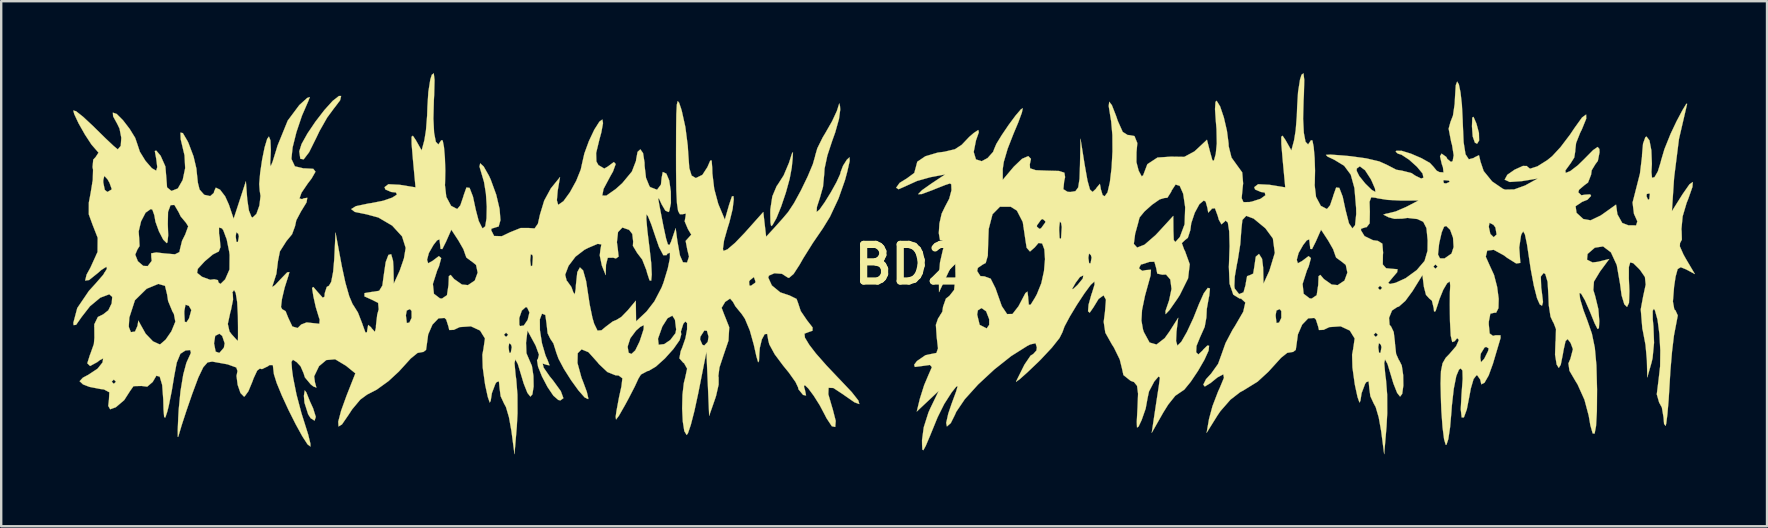
<source format=kicad_pcb>
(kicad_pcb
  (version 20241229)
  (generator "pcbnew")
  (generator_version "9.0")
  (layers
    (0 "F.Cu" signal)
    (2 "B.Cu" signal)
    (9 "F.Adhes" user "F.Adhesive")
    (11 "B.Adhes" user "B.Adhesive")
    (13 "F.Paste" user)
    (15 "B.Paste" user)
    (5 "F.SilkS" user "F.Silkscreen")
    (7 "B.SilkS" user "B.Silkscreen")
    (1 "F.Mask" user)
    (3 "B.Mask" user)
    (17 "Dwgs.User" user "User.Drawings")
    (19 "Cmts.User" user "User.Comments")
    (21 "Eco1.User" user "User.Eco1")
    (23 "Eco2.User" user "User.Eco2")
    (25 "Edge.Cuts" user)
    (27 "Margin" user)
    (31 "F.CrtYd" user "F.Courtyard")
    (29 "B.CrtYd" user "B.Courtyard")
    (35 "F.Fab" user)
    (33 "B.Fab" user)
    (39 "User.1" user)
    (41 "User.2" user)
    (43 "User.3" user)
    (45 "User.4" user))
  (footprint "BD2"
    (layer "F.Cu")
    (at 34.819 7.968)
    (property "Reference" "BD2" (at 0 0 0) (layer "F.SilkS") (effects (font (size 1.524 1.524) (thickness 0.3))))
    (attr through_hole)
    (fp_poly (pts (xy -25.107 5.329) (xy -24.96 5.697) (xy -24.824 5.994) (xy -24.712 6.35) (xy -24.764 6.508) (xy -24.926 6.406) (xy -25.03 6.244) (xy -25.183 5.764) (xy -25.208 5.474) (xy -25.172 5.246) (xy -25.107 5.329)) (stroke (width 0.01) (type solid)) (fill yes) (layer "F.SilkS"))
    (fp_poly (pts (xy 23.642 -5.873) (xy 23.642 -5.873) (xy 23.748 -5.479) (xy 23.755 -5.163) (xy 23.67 -5.028) (xy 23.579 -5.076) (xy 23.488 -5.334) (xy 23.457 -5.758) (xy 23.472 -6.12) (xy 23.521 -6.15) (xy 23.642 -5.873)) (stroke (width 0.01) (type solid)) (fill yes) (layer "F.SilkS"))
    (fp_poly (pts (xy -23.698 -6.842) (xy -23.926 -6.539) (xy -23.94 -6.525) (xy -24.239 -6.119) (xy -24.559 -5.555) (xy -24.686 -5.289) (xy -24.99 -4.677) (xy -25.217 -4.379) (xy -25.357 -4.403) (xy -25.4 -4.713) (xy -25.305 -5.017) (xy -25.059 -5.458) (xy -24.722 -5.956) (xy -24.352 -6.435) (xy -24.009 -6.815) (xy -23.75 -7.018) (xy -23.657 -7.02) (xy -23.698 -6.842)) (stroke (width 0.01) (type solid)) (fill yes) (layer "F.SilkS"))
    (fp_poly (pts (xy -4.844 -4.43) (xy -4.882 -4.038) (xy -4.969 -3.57) (xy -5.127 -2.996) (xy -5.323 -2.416) (xy -5.52 -1.931) (xy -5.684 -1.64) (xy -5.742 -1.599) (xy -5.77 -1.756) (xy -5.777 -2.149) (xy -5.774 -2.299) (xy -5.691 -2.839) (xy -5.51 -3.268) (xy -5.469 -3.321) (xy -5.219 -3.712) (xy -5.001 -4.227) (xy -4.989 -4.263) (xy -4.877 -4.614) (xy -4.832 -4.678) (xy -4.844 -4.43)) (stroke (width 0.01) (type solid)) (fill yes) (layer "F.SilkS"))
    (fp_poly (pts (xy -19.765 -7.689) (xy -19.78 -7.075) (xy -19.793 -6.835) (xy -19.813 -6.075) (xy -19.783 -5.484) (xy -19.711 -5.11) (xy -19.605 -5) (xy -19.485 -5.175) (xy -19.425 -5.166) (xy -19.372 -4.892) (xy -19.333 -4.442) (xy -19.316 -3.908) (xy -19.327 -3.379) (xy -19.332 -3.309) (xy -19.275 -2.817) (xy -19.076 -2.443) (xy -18.82 -2.309) (xy -18.69 -2.463) (xy -18.563 -2.836) (xy -18.555 -2.872) (xy -18.436 -3.206) (xy -18.304 -3.19) (xy -18.164 -2.826) (xy -18.045 -2.271) (xy -17.925 -1.814) (xy -17.783 -1.529) (xy -17.755 -1.506) (xy -17.654 -1.588) (xy -17.599 -1.923) (xy -17.589 -2.409) (xy -17.624 -2.947) (xy -17.703 -3.436) (xy -17.767 -3.654) (xy -17.892 -4.076) (xy -17.863 -4.214) (xy -17.718 -4.082) (xy -17.497 -3.694) (xy -17.424 -3.535) (xy -17.194 -2.904) (xy -17.055 -2.314) (xy -17.019 -1.846) (xy -17.094 -1.582) (xy -17.191 -1.554) (xy -17.39 -1.492) (xy -17.407 -1.431) (xy -17.283 -1.187) (xy -16.961 -1.177) (xy -16.621 -1.34) (xy -16.174 -1.52) (xy -15.834 -1.518) (xy -15.596 -1.501) (xy -15.458 -1.697) (xy -15.372 -2.08) (xy -15.196 -2.66) (xy -14.923 -3.164) (xy -14.897 -3.197) (xy -14.536 -3.641) (xy -14.635 -3.064) (xy -14.668 -2.675) (xy -14.616 -2.49) (xy -14.605 -2.488) (xy -14.393 -2.637) (xy -14.124 -3.007) (xy -13.862 -3.483) (xy -13.673 -3.953) (xy -13.623 -4.184) (xy -13.523 -4.622) (xy -13.335 -5.137) (xy -13.108 -5.617) (xy -12.895 -5.951) (xy -12.773 -6.039) (xy -12.746 -5.888) (xy -12.816 -5.501) (xy -12.895 -5.213) (xy -13.033 -4.642) (xy -13.022 -4.293) (xy -12.938 -4.14) (xy -12.692 -3.995) (xy -12.548 -4.078) (xy -12.293 -4.267) (xy -12.217 -4.184) (xy -12.33 -3.872) (xy -12.436 -3.686) (xy -12.723 -3.147) (xy -12.777 -2.872) (xy -12.606 -2.868) (xy -12.22 -3.139) (xy -11.945 -3.385) (xy -11.543 -3.87) (xy -11.37 -4.319) (xy -11.368 -4.361) (xy -11.306 -4.69) (xy -11.19 -4.796) (xy -11.078 -4.639) (xy -11.016 -4.247) (xy -11.013 -4.107) (xy -10.955 -3.611) (xy -10.812 -3.261) (xy -10.774 -3.22) (xy -10.494 -3.113) (xy -10.332 -3.328) (xy -10.302 -3.618) (xy -10.255 -3.854) (xy -10.107 -3.783) (xy -9.987 -3.498) (xy -9.921 -3.036) (xy -9.917 -2.557) (xy -9.985 -2.224) (xy -10.014 -2.183) (xy -10.149 -2.244) (xy -10.302 -2.505) (xy -10.423 -2.766) (xy -10.442 -2.718) (xy -10.385 -2.398) (xy -10.228 -1.59) (xy -10.12 -1.086) (xy -10.044 -0.84) (xy -9.981 -0.806) (xy -9.914 -0.94) (xy -9.87 -1.066) (xy -9.719 -1.51) (xy -9.648 -0.977) (xy -9.541 -0.378) (xy -9.415 -0.092) (xy -9.252 -0.08) (xy -9.244 -0.084) (xy -9.163 -0.328) (xy -9.234 -0.616) (xy -9.303 -0.981) (xy -9.183 -1.114) (xy -9.069 -1.241) (xy -9.207 -1.473) (xy -9.344 -1.796) (xy -9.311 -1.976) (xy -9.293 -2.12) (xy -9.442 -2.091) (xy -9.545 -2.095) (xy -9.618 -2.231) (xy -9.665 -2.549) (xy -9.692 -3.095) (xy -9.702 -3.918) (xy -9.703 -4.592) (xy -9.7 -5.588) (xy -9.691 -6.265) (xy -9.67 -6.659) (xy -9.634 -6.805) (xy -9.577 -6.74) (xy -9.494 -6.498) (xy -9.463 -6.394) (xy -9.315 -5.726) (xy -9.215 -4.948) (xy -9.194 -4.609) (xy -9.151 -4.016) (xy -9.055 -3.704) (xy -8.884 -3.602) (xy -8.874 -3.601) (xy -8.605 -3.733) (xy -8.397 -4.054) (xy -8.278 -4.328) (xy -8.22 -4.33) (xy -8.196 -4.024) (xy -8.19 -3.795) (xy -8.112 -3.149) (xy -7.947 -2.533) (xy -7.92 -2.465) (xy -7.67 -1.869) (xy -7.492 -2.489) (xy -7.374 -2.837) (xy -7.312 -2.846) (xy -7.299 -2.715) (xy -7.345 -2.313) (xy -7.482 -1.754) (xy -7.562 -1.499) (xy -7.703 -1.001) (xy -7.75 -0.65) (xy -7.728 -0.564) (xy -7.563 -0.628) (xy -7.241 -0.903) (xy -6.842 -1.319) (xy -6.068 -2.186) (xy -6.009 -1.67) (xy -5.95 -1.155) (xy -5.595 -1.541) (xy -5.259 -1.917) (xy -5.033 -2.184) (xy -4.788 -2.555) (xy -4.499 -3.086) (xy -4.219 -3.665) (xy -4.004 -4.177) (xy -3.909 -4.509) (xy -3.908 -4.527) (xy -3.817 -4.84) (xy -3.591 -5.296) (xy -3.483 -5.475) (xy -3.2 -5.97) (xy -3.003 -6.394) (xy -2.971 -6.493) (xy -2.903 -6.712) (xy -2.872 -6.595) (xy -2.863 -6.445) (xy -2.915 -6.06) (xy -3.071 -5.503) (xy -3.199 -5.146) (xy -3.399 -4.54) (xy -3.516 -3.991) (xy -3.53 -3.763) (xy -3.58 -3.237) (xy -3.711 -2.773) (xy -3.834 -2.395) (xy -3.847 -2.19) (xy -3.845 -2.188) (xy -3.728 -2.282) (xy -3.51 -2.59) (xy -3.252 -3.007) (xy -3.017 -3.431) (xy -2.867 -3.76) (xy -2.842 -3.861) (xy -2.746 -4.113) (xy -2.588 -4.362) (xy -2.476 -4.465) (xy -2.469 -4.31) (xy -2.57 -3.864) (xy -2.664 -3.515) (xy -2.933 -2.749) (xy -3.291 -1.986) (xy -3.584 -1.508) (xy -4.005 -0.893) (xy -4.405 -0.254) (xy -4.559 0.016) (xy -4.806 0.397) (xy -5 0.562) (xy -5.058 0.54) (xy -5.289 0.39) (xy -5.605 0.366) (xy -5.833 0.465) (xy -5.862 0.546) (xy -5.712 0.874) (xy -5.36 1.163) (xy -4.975 1.292) (xy -4.682 1.436) (xy -4.618 1.609) (xy -4.508 1.942) (xy -4.247 2.326) (xy -4.014 2.625) (xy -4.019 2.762) (xy -4.169 2.813) (xy -4.352 2.883) (xy -4.334 3.048) (xy -4.155 3.345) (xy -3.877 3.707) (xy -3.435 4.209) (xy -2.924 4.748) (xy -2.896 4.776) (xy -2.384 5.317) (xy -2.107 5.669) (xy -2.067 5.817) (xy -2.269 5.743) (xy -2.716 5.433) (xy -2.741 5.414) (xy -3.147 5.147) (xy -3.348 5.138) (xy -3.359 5.407) (xy -3.194 5.972) (xy -3.181 6.009) (xy -3.051 6.516) (xy -3.071 6.77) (xy -3.212 6.741) (xy -3.439 6.397) (xy -3.484 6.306) (xy -3.714 5.87) (xy -3.965 5.472) (xy -4.189 5.17) (xy -4.341 5.023) (xy -4.375 5.09) (xy -4.333 5.225) (xy -4.286 5.459) (xy -4.41 5.436) (xy -4.603 5.201) (xy -4.618 5.124) (xy -4.726 4.896) (xy -5.002 4.507) (xy -5.24 4.215) (xy -5.592 3.744) (xy -5.818 3.329) (xy -5.862 3.155) (xy -5.906 2.893) (xy -6.01 2.904) (xy -6.128 3.122) (xy -6.214 3.48) (xy -6.232 3.696) (xy -6.247 4.025) (xy -6.283 4.076) (xy -6.356 3.825) (xy -6.461 3.355) (xy -6.629 2.752) (xy -6.833 2.264) (xy -6.963 2.07) (xy -7.231 1.743) (xy -7.333 1.557) (xy -7.451 1.422) (xy -7.656 1.559) (xy -7.804 1.806) (xy -7.684 2.123) (xy -7.678 2.133) (xy -7.487 2.616) (xy -7.519 3.174) (xy -7.738 3.818) (xy -7.895 4.293) (xy -7.94 4.65) (xy -7.929 4.707) (xy -7.929 5.006) (xy -8.036 5.475) (xy -8.083 5.618) (xy -8.323 6.306) (xy -8.38 4.973) (xy -8.437 3.641) (xy -8.78 5.373) (xy -8.938 6.103) (xy -9.087 6.681) (xy -9.207 7.033) (xy -9.26 7.105) (xy -9.358 6.946) (xy -9.422 6.541) (xy -9.449 6) (xy -9.435 5.429) (xy -9.378 4.937) (xy -9.328 4.743) (xy -9.241 4.342) (xy -9.366 4.118) (xy -9.406 4.09) (xy -9.564 3.91) (xy -9.509 3.61) (xy -9.448 3.468) (xy -9.327 3.119) (xy -8.703 3.119) (xy -8.604 3.348) (xy -8.526 3.375) (xy -8.383 3.226) (xy -8.348 3.009) (xy -8.417 2.763) (xy -8.526 2.753) (xy -8.689 3.01) (xy -8.703 3.119) (xy -9.327 3.119) (xy -9.313 3.079) (xy -9.243 2.707) (xy -9.243 2.442) (xy -9.318 2.377) (xy -9.4 2.471) (xy -9.502 2.796) (xy -9.486 2.915) (xy -9.555 3.155) (xy -9.814 3.523) (xy -10.173 3.922) (xy -10.546 4.257) (xy -10.843 4.433) (xy -10.894 4.441) (xy -11.165 4.586) (xy -11.268 4.751) (xy -11.422 5.084) (xy -11.679 5.582) (xy -11.831 5.862) (xy -12.085 6.307) (xy -12.203 6.46) (xy -12.219 6.345) (xy -12.185 6.104) (xy -12.079 5.535) (xy -11.979 5.083) (xy -11.938 4.743) (xy -12.096 4.626) (xy -12.225 4.618) (xy -12.564 4.481) (xy -12.921 4.145) (xy -12.966 4.085) (xy -13.352 3.655) (xy -13.639 3.537) (xy -13.8 3.699) (xy -13.81 4.105) (xy -13.642 4.721) (xy -13.578 4.882) (xy -13.419 5.312) (xy -13.358 5.578) (xy -13.366 5.61) (xy -13.512 5.539) (xy -13.769 5.247) (xy -14.077 4.821) (xy -14.375 4.351) (xy -14.601 3.925) (xy -14.689 3.682) (xy -14.769 3.425) (xy -11.721 3.425) (xy -11.678 3.677) (xy -11.563 3.73) (xy -11.402 3.58) (xy -11.224 3.215) (xy -11.208 3.171) (xy -11.183 3.096) (xy -10.456 3.096) (xy -10.427 3.346) (xy -10.196 3.319) (xy -9.942 3.147) (xy -9.727 2.864) (xy -9.698 2.709) (xy -9.741 2.36) (xy -9.747 2.309) (xy -9.856 2.133) (xy -10.056 2.239) (xy -10.274 2.584) (xy -10.456 3.096) (xy -11.183 3.096) (xy -11.055 2.702) (xy -11.045 2.526) (xy -11.192 2.6) (xy -11.368 2.753) (xy -11.609 3.076) (xy -11.721 3.425) (xy -14.769 3.425) (xy -14.812 3.29) (xy -14.943 3.094) (xy -15.054 2.866) (xy -15.098 2.466) (xy -15.149 2.104) (xy -15.288 2.05) (xy -15.378 2.287) (xy -15.374 2.738) (xy -15.29 3.281) (xy -15.141 3.792) (xy -15.06 3.974) (xy -14.973 4.204) (xy -15.08 4.185) (xy -15.26 4.129) (xy -15.218 4.3) (xy -14.969 4.66) (xy -14.831 4.828) (xy -14.503 5.28) (xy -14.396 5.572) (xy -14.522 5.664) (xy -14.609 5.645) (xy -14.814 5.467) (xy -15.059 5.104) (xy -15.289 4.666) (xy -15.452 4.258) (xy -15.495 3.988) (xy -15.459 3.939) (xy -15.413 3.761) (xy -15.55 3.386) (xy -15.587 3.316) (xy -15.892 2.753) (xy -15.953 3.263) (xy -15.936 3.698) (xy -15.822 3.965) (xy -15.708 4.226) (xy -15.645 4.644) (xy -15.637 5.085) (xy -15.688 5.413) (xy -15.772 5.506) (xy -15.895 5.351) (xy -16.052 4.956) (xy -16.133 4.683) (xy -16.296 4.146) (xy -16.4 3.956) (xy -16.433 4.108) (xy -16.388 4.598) (xy -16.36 4.796) (xy -16.311 5.421) (xy -16.308 6.198) (xy -16.337 6.75) (xy -16.434 7.904) (xy -16.561 6.941) (xy -16.663 6.37) (xy -16.79 5.939) (xy -16.869 5.795) (xy -17.011 5.489) (xy -17.054 5.16) (xy -17.082 4.87) (xy -17.178 4.9) (xy -17.229 4.973) (xy -17.375 5.358) (xy -17.426 5.684) (xy -17.465 5.753) (xy -17.546 5.521) (xy -17.651 5.038) (xy -17.663 4.973) (xy -17.757 4.294) (xy -17.772 3.759) (xy -17.726 3.512) (xy -17.717 3.449) (xy -16.682 3.449) (xy -16.65 3.679) (xy -16.589 3.682) (xy -16.547 3.444) (xy -16.575 3.342) (xy -16.654 3.274) (xy -16.682 3.449) (xy -17.717 3.449) (xy -17.664 3.084) (xy -17.759 2.931) (xy -16.874 2.931) (xy -16.785 3.02) (xy -16.697 2.931) (xy -16.785 2.842) (xy -16.874 2.931) (xy -17.759 2.931) (xy -17.868 2.754) (xy -18.249 2.577) (xy -18.718 2.61) (xy -18.961 2.724) (xy -19.152 2.732) (xy -19.183 2.596) (xy -19.279 2.295) (xy -19.343 2.232) (xy -16.236 2.232) (xy -16.233 2.516) (xy -16.201 2.568) (xy -16.045 2.543) (xy -15.885 2.307) (xy -15.811 1.998) (xy -15.908 1.792) (xy -15.965 1.776) (xy -16.128 1.922) (xy -16.236 2.232) (xy -19.343 2.232) (xy -19.347 2.229) (xy -19.6 2.245) (xy -19.852 2.507) (xy -20.03 2.915) (xy -20.071 3.22) (xy -20.119 3.56) (xy -20.236 3.649) (xy -20.242 3.645) (xy -20.47 3.685) (xy -20.758 3.919) (xy -21.063 4.255) (xy -21.253 4.463) (xy -21.683 4.86) (xy -22.177 5.217) (xy -22.576 5.423) (xy -22.859 5.631) (xy -23.199 6.038) (xy -23.352 6.272) (xy -23.622 6.665) (xy -23.764 6.75) (xy -23.777 6.55) (xy -23.656 6.09) (xy -23.433 5.472) (xy -23.064 4.537) (xy -23.452 4.222) (xy -23.906 3.949) (xy -24.275 3.983) (xy -24.577 4.237) (xy -24.781 4.662) (xy -24.749 4.903) (xy -24.687 5.131) (xy -24.816 5.081) (xy -24.923 4.996) (xy -25.166 4.705) (xy -25.222 4.529) (xy -25.347 4.241) (xy -25.505 4.072) (xy -25.666 3.969) (xy -25.726 4.06) (xy -25.701 4.406) (xy -25.657 4.716) (xy -25.516 5.42) (xy -25.307 6.208) (xy -25.196 6.557) (xy -25.029 7.088) (xy -24.937 7.465) (xy -24.935 7.587) (xy -25.056 7.495) (xy -25.275 7.157) (xy -25.553 6.651) (xy -25.85 6.06) (xy -26.126 5.462) (xy -26.341 4.94) (xy -26.457 4.571) (xy -26.466 4.494) (xy -26.502 4.191) (xy -26.64 4.191) (xy -26.704 4.24) (xy -26.955 4.361) (xy -27.042 4.338) (xy -27.153 4.421) (xy -27.307 4.751) (xy -27.35 4.873) (xy -27.52 5.282) (xy -27.676 5.497) (xy -27.704 5.506) (xy -27.85 5.356) (xy -27.968 5.014) (xy -28.015 4.644) (xy -27.974 4.438) (xy -28.025 4.292) (xy -28.389 4.161) (xy -29.027 4.046) (xy -29.22 4.08) (xy -29.401 4.283) (xy -29.607 4.713) (xy -29.86 5.392) (xy -30.101 6.09) (xy -30.3 6.699) (xy -30.422 7.108) (xy -30.436 7.168) (xy -30.463 7.181) (xy -30.464 6.895) (xy -30.442 6.366) (xy -30.423 6.039) (xy -30.348 5.274) (xy -30.235 4.588) (xy -30.105 4.103) (xy -30.071 4.025) (xy -29.915 3.683) (xy -29.945 3.566) (xy -30.139 3.583) (xy -30.354 3.722) (xy -30.505 4.088) (xy -30.606 4.62) (xy -30.716 5.282) (xy -30.838 5.885) (xy -30.898 6.128) (xy -30.981 6.377) (xy -31.03 6.359) (xy -31.056 6.042) (xy -31.066 5.64) (xy -31.112 5.02) (xy -31.214 4.676) (xy -31.354 4.635) (xy -31.508 4.897) (xy -31.736 5.091) (xy -31.972 5.062) (xy -32.307 5.07) (xy -32.45 5.272) (xy -32.694 5.652) (xy -33.042 5.948) (xy -33.279 6.034) (xy -33.359 5.894) (xy -33.33 5.633) (xy -33.314 5.326) (xy -33.54 5.206) (xy -33.68 5.19) (xy -34.144 5.1) (xy -34.411 4.997) (xy -34.529 4.885) (xy -33.215 4.885) (xy -33.127 4.973) (xy -33.038 4.885) (xy -33.127 4.796) (xy -33.215 4.885) (xy -34.529 4.885) (xy -34.552 4.864) (xy -34.417 4.718) (xy -34.188 4.596) (xy -33.805 4.343) (xy -33.599 4.085) (xy -33.571 3.914) (xy -33.721 3.993) (xy -33.812 4.066) (xy -34.116 4.231) (xy -34.232 4.116) (xy -34.121 3.763) (xy -34.108 3.738) (xy -33.958 3.314) (xy -33.936 3.057) (xy -33.94 2.598) (xy -32.505 2.598) (xy -32.416 2.82) (xy -32.244 2.795) (xy -32.137 2.55) (xy -32.136 2.531) (xy -32.105 2.338) (xy -32.024 2.486) (xy -32.024 2.487) (xy -31.8 2.886) (xy -31.497 3.202) (xy -31.225 3.327) (xy -31.186 3.321) (xy -31.146 3.286) (xy -28.952 3.286) (xy -28.884 3.632) (xy -28.73 3.686) (xy -28.542 3.469) (xy -28.508 3.286) (xy -28.613 2.975) (xy -28.73 2.886) (xy -28.903 2.974) (xy -28.952 3.286) (xy -31.146 3.286) (xy -30.969 3.133) (xy -30.729 2.786) (xy -30.602 2.479) (xy -28.378 2.479) (xy -28.308 2.79) (xy -28.222 2.906) (xy -28.017 3.132) (xy -27.959 3.19) (xy -27.953 3.033) (xy -27.953 2.616) (xy -27.958 2.131) (xy -27.987 1.569) (xy -28.05 1.183) (xy -28.118 1.066) (xy -28.191 1.173) (xy -28.171 1.214) (xy -28.159 1.467) (xy -28.246 1.9) (xy -28.274 1.995) (xy -28.378 2.479) (xy -30.602 2.479) (xy -30.563 2.384) (xy -30.624 2.064) (xy -30.631 2.052) (xy -30.19 2.052) (xy -30.171 2.388) (xy -30.099 2.407) (xy -29.994 2.248) (xy -29.898 1.9) (xy -30 1.724) (xy -30.14 1.676) (xy -30.19 1.937) (xy -30.19 2.052) (xy -30.631 2.052) (xy -30.685 1.958) (xy -30.865 1.523) (xy -30.906 1.256) (xy -30.994 0.891) (xy -31.271 0.81) (xy -31.754 1.01) (xy -31.764 1.016) (xy -32.247 1.491) (xy -32.482 2.215) (xy -32.505 2.598) (xy -33.94 2.598) (xy -33.941 2.495) (xy -33.792 2.188) (xy -33.571 2.08) (xy -33.356 1.911) (xy -33.216 1.621) (xy -33.193 1.351) (xy -33.316 1.243) (xy -33.691 1.384) (xy -34.12 1.741) (xy -34.468 2.187) (xy -34.697 2.514) (xy -34.802 2.528) (xy -34.813 2.431) (xy -34.65 1.816) (xy -34.166 1.103) (xy -33.899 0.81) (xy -33.573 0.435) (xy -33.52 0.35) (xy -29.657 0.35) (xy -29.461 0.507) (xy -29.447 0.516) (xy -29.113 0.639) (xy -28.945 0.617) (xy -28.789 0.653) (xy -28.769 0.744) (xy -28.684 0.814) (xy -28.489 0.622) (xy -28.308 0.209) (xy -28.303 -0.396) (xy -28.319 -0.526) (xy -28.424 -1.049) (xy -28.47 -1.169) (xy -28.05 -1.169) (xy -28.018 -0.939) (xy -27.957 -0.936) (xy -27.915 -1.174) (xy -27.943 -1.277) (xy -28.022 -1.344) (xy -28.05 -1.169) (xy -28.47 -1.169) (xy -28.567 -1.427) (xy -28.622 -1.503) (xy -28.744 -1.539) (xy -28.743 -1.286) (xy -28.714 -1.11) (xy -28.685 -0.722) (xy -28.756 -0.536) (xy -28.771 -0.533) (xy -28.999 -0.418) (xy -29.33 -0.139) (xy -29.357 -0.112) (xy -29.628 0.183) (xy -29.657 0.35) (xy -33.52 0.35) (xy -33.415 0.181) (xy -33.436 0.096) (xy -33.649 0.231) (xy -33.782 0.348) (xy -34.157 0.649) (xy -34.321 0.671) (xy -34.261 0.422) (xy -34.102 0.133) (xy -33.855 -0.41) (xy -32.235 -0.41) (xy -32.125 -0.134) (xy -31.899 0.06) (xy -31.714 0.067) (xy -31.547 -0.151) (xy -31.564 -0.296) (xy -31.57 -0.463) (xy -31.356 -0.501) (xy -31.02 -0.46) (xy -30.578 -0.423) (xy -30.394 -0.516) (xy -30.373 -0.625) (xy -30.284 -0.984) (xy -30.151 -1.251) (xy -30.028 -1.589) (xy -30.12 -1.737) (xy -30.343 -2.004) (xy -30.425 -2.176) (xy -30.604 -2.48) (xy -30.764 -2.471) (xy -30.868 -2.19) (xy -30.878 -1.687) (xy -30.862 -1.212) (xy -30.892 -0.926) (xy -30.921 -0.888) (xy -31.069 -1.035) (xy -31.248 -1.381) (xy -31.392 -1.78) (xy -31.439 -2.051) (xy -31.521 -2.282) (xy -31.587 -2.309) (xy -31.804 -2.157) (xy -31.992 -1.796) (xy -32.092 -1.375) (xy -32.072 -1.102) (xy -32.055 -0.765) (xy -32.143 -0.626) (xy -32.235 -0.41) (xy -33.855 -0.41) (xy -33.805 -0.519) (xy -33.799 -1.111) (xy -34.013 -1.658) (xy -34.17 -2.089) (xy -34.168 -2.577) (xy -34.093 -2.976) (xy -34.021 -3.419) (xy -33.568 -3.419) (xy -33.503 -3.107) (xy -33.393 -3.02) (xy -33.222 -3.122) (xy -33.218 -3.153) (xy -33.307 -3.402) (xy -33.393 -3.552) (xy -33.523 -3.692) (xy -33.566 -3.516) (xy -33.568 -3.419) (xy -34.021 -3.419) (xy -34.004 -3.52) (xy -33.992 -3.947) (xy -34.013 -4.057) (xy -33.984 -4.368) (xy -33.887 -4.471) (xy -33.765 -4.657) (xy -33.845 -4.751) (xy -34.056 -4.993) (xy -34.331 -5.413) (xy -34.597 -5.882) (xy -34.778 -6.27) (xy -34.814 -6.413) (xy -34.701 -6.385) (xy -34.404 -6.15) (xy -33.982 -5.757) (xy -33.917 -5.692) (xy -33.47 -5.253) (xy -33.13 -4.933) (xy -32.965 -4.797) (xy -32.961 -4.796) (xy -32.838 -4.941) (xy -32.815 -5.278) (xy -32.889 -5.66) (xy -32.987 -5.862) (xy -33.156 -6.171) (xy -33.167 -6.325) (xy -33.008 -6.271) (xy -32.747 -6.011) (xy -32.465 -5.645) (xy -32.237 -5.275) (xy -32.144 -5.004) (xy -32.041 -4.694) (xy -31.809 -4.318) (xy -31.543 -4.011) (xy -31.363 -3.908) (xy -31.317 -4.057) (xy -31.359 -4.396) (xy -31.419 -4.727) (xy -31.357 -4.742) (xy -31.177 -4.529) (xy -30.979 -4.084) (xy -30.942 -3.644) (xy -30.909 -3.211) (xy -30.725 -3.062) (xy -30.46 -3.166) (xy -30.258 -3.518) (xy -30.154 -4.014) (xy -30.181 -4.548) (xy -30.21 -4.666) (xy -30.34 -5.216) (xy -30.35 -5.492) (xy -30.251 -5.473) (xy -30.053 -5.135) (xy -30.018 -5.062) (xy -29.806 -4.502) (xy -29.685 -3.988) (xy -29.676 -3.878) (xy -29.626 -3.408) (xy -29.555 -3.123) (xy -29.362 -2.903) (xy -29.111 -2.848) (xy -28.958 -2.983) (xy -28.952 -3.034) (xy -28.878 -3.2) (xy -28.701 -3.115) (xy -28.49 -2.84) (xy -28.334 -2.496) (xy -28.135 -1.905) (xy -27.88 -2.685) (xy -27.625 -3.464) (xy -27.568 -2.709) (xy -27.499 -2.248) (xy -27.392 -1.98) (xy -27.347 -1.954) (xy -27.186 -2.106) (xy -27.061 -2.457) (xy -27.014 -2.853) (xy -27.048 -3.07) (xy -27.069 -3.352) (xy -27.029 -3.823) (xy -26.948 -4.369) (xy -26.845 -4.876) (xy -26.738 -5.231) (xy -26.665 -5.329) (xy -26.602 -5.171) (xy -26.585 -4.774) (xy -26.593 -4.574) (xy -26.612 -4.201) (xy -26.591 -4.092) (xy -26.514 -4.272) (xy -26.362 -4.763) (xy -26.306 -4.951) (xy -25.881 -5.995) (xy -25.4 -6.638) (xy -25.072 -6.936) (xy -24.961 -6.975) (xy -25.02 -6.815) (xy -25.289 -6.197) (xy -25.52 -5.51) (xy -25.678 -4.878) (xy -25.726 -4.427) (xy -25.722 -4.385) (xy -25.583 -4.089) (xy -25.221 -4.003) (xy -25.178 -4.004) (xy -24.816 -3.984) (xy -24.725 -3.865) (xy -24.889 -3.578) (xy -25.045 -3.375) (xy -25.307 -2.989) (xy -25.392 -2.751) (xy -25.284 -2.72) (xy -25.222 -2.753) (xy -25.065 -2.778) (xy -25.099 -2.583) (xy -25.31 -2.239) (xy -25.317 -2.231) (xy -25.524 -1.841) (xy -25.578 -1.592) (xy -25.701 -1.258) (xy -25.933 -0.977) (xy -26.207 -0.546) (xy -26.288 -0.138) (xy -26.354 0.391) (xy -26.475 0.767) (xy -26.535 0.946) (xy -26.406 0.856) (xy -26.188 0.622) (xy -25.904 0.329) (xy -25.812 0.317) (xy -25.844 0.444) (xy -26.011 0.968) (xy -26.123 1.444) (xy -26.162 1.775) (xy -26.111 1.865) (xy -26.11 1.865) (xy -25.971 1.946) (xy -25.86 2.222) (xy -25.689 2.584) (xy -25.469 2.648) (xy -25.321 2.503) (xy -25.093 2.415) (xy -24.837 2.443) (xy -24.564 2.472) (xy -24.55 2.297) (xy -24.583 2.204) (xy -24.713 1.776) (xy -24.812 1.332) (xy -24.867 0.979) (xy -24.814 0.938) (xy -24.628 1.155) (xy -24.421 1.386) (xy -24.349 1.339) (xy -24.34 1.199) (xy -24.255 0.935) (xy -24.165 0.888) (xy -24.07 0.726) (xy -23.989 0.304) (xy -23.943 -0.222) (xy -23.89 -1.332) (xy -23.628 0.072) (xy -23.479 0.76) (xy -23.319 1.322) (xy -23.177 1.657) (xy -23.151 1.691) (xy -22.956 2.003) (xy -22.774 2.47) (xy -22.763 2.507) (xy -22.646 2.831) (xy -22.58 2.827) (xy -22.571 2.753) (xy -22.53 2.519) (xy -22.414 2.614) (xy -22.38 2.664) (xy -22.25 2.807) (xy -22.207 2.632) (xy -22.206 2.546) (xy -22.156 2.121) (xy -20.959 2.121) (xy -20.92 2.441) (xy -20.814 2.421) (xy -20.72 2.226) (xy -20.722 1.94) (xy -20.79 1.86) (xy -20.923 1.919) (xy -20.959 2.121) (xy -22.156 2.121) (xy -22.152 2.087) (xy -22.091 1.869) (xy -22.115 1.601) (xy -22.357 1.478) (xy -22.684 1.331) (xy -22.683 1.194) (xy -22.358 1.14) (xy -22.336 1.14) (xy -22.072 1.097) (xy -21.939 0.88) (xy -21.88 0.444) (xy -21.8 -0.098) (xy -21.686 -0.398) (xy -21.572 -0.426) (xy -21.494 -0.154) (xy -21.478 0.098) (xy -21.463 0.799) (xy -21.219 0.266) (xy -21.06 -0.193) (xy -20.077 -0.193) (xy -20.031 -0.05) (xy -19.858 -0.142) (xy -19.584 -0.348) (xy -19.487 -0.264) (xy -19.581 0.083) (xy -19.655 0.25) (xy -19.834 0.812) (xy -19.791 1.221) (xy -19.538 1.414) (xy -19.455 1.421) (xy -19.247 1.28) (xy -19.183 0.854) (xy -19.168 0.489) (xy -19.094 0.435) (xy -18.949 0.607) (xy -18.622 0.837) (xy -18.372 0.861) (xy -18.089 0.671) (xy -18 0.428) (xy -14.323 0.428) (xy -14.258 0.68) (xy -14.237 0.696) (xy -14.062 0.939) (xy -13.985 1.155) (xy -13.924 1.248) (xy -13.883 1.017) (xy -13.875 0.854) (xy -13.817 0.32) (xy -13.708 0.122) (xy -13.575 0.249) (xy -13.45 0.692) (xy -13.4 1.019) (xy -13.302 1.663) (xy -13.187 2.221) (xy -13.116 2.466) (xy -12.975 2.756) (xy -12.808 2.742) (xy -12.637 2.599) (xy -12.339 2.374) (xy -12.182 2.309) (xy -11.982 2.186) (xy -11.713 1.909) (xy -11.38 1.51) (xy -11.374 1.94) (xy -11.368 2.371) (xy -10.933 1.962) (xy -10.606 1.538) (xy -10.305 0.96) (xy -10.222 0.745) (xy -10.212 0.71) (xy -6.661 0.71) (xy -6.647 0.874) (xy -6.583 0.888) (xy -6.402 0.759) (xy -6.394 0.71) (xy -6.455 0.537) (xy -6.473 0.533) (xy -6.624 0.657) (xy -6.661 0.71) (xy -10.212 0.71) (xy -10.048 0.169) (xy -9.958 -0.263) (xy -9.958 -0.489) (xy -10.056 -0.452) (xy -10.1 -0.389) (xy -10.233 -0.385) (xy -10.412 -0.725) (xy -10.561 -1.154) (xy -10.736 -1.674) (xy -10.874 -2.011) (xy -10.934 -2.091) (xy -10.941 -1.9) (xy -10.902 -1.448) (xy -10.827 -0.829) (xy -10.814 -0.731) (xy -10.738 -0.061) (xy -10.715 0.422) (xy -10.739 0.676) (xy -10.807 0.663) (xy -10.912 0.343) (xy -10.936 0.243) (xy -11.112 -0.204) (xy -11.323 -0.48) (xy -11.501 -0.777) (xy -11.489 -0.955) (xy -11.526 -1.272) (xy -11.658 -1.441) (xy -11.939 -1.539) (xy -12.121 -1.348) (xy -12.167 -0.927) (xy -12.133 -0.671) (xy -12.096 -0.328) (xy -12.209 -0.249) (xy -12.322 -0.282) (xy -12.548 -0.278) (xy -12.622 0.013) (xy -12.622 0.025) (xy -12.634 0.444) (xy -12.794 0.044) (xy -12.882 -0.376) (xy -12.853 -0.622) (xy -12.814 -0.835) (xy -12.967 -0.859) (xy -13.358 -0.693) (xy -13.516 -0.613) (xy -13.894 -0.323) (xy -14.182 0.058) (xy -14.323 0.428) (xy -18 0.428) (xy -17.968 0.34) (xy -18.035 0.02) (xy -18.194 -0.109) (xy -18.288 -0.178) (xy -15.78 -0.178) (xy -15.752 0.075) (xy -15.691 0.044) (xy -15.667 -0.319) (xy -15.691 -0.4) (xy -15.756 -0.422) (xy -15.78 -0.178) (xy -18.288 -0.178) (xy -18.437 -0.286) (xy -18.473 -0.38) (xy -18.562 -0.635) (xy -18.769 -0.997) (xy -19.065 -1.449) (xy -19.287 -0.947) (xy -19.441 -0.641) (xy -19.512 -0.648) (xy -19.53 -0.799) (xy -19.559 -1.046) (xy -19.66 -1.003) (xy -19.811 -0.81) (xy -20.001 -0.477) (xy -20.077 -0.193) (xy -21.06 -0.193) (xy -21.041 -0.247) (xy -20.967 -0.69) (xy -21.119 -1.17) (xy -21.529 -1.618) (xy -22.105 -1.956) (xy -22.59 -2.087) (xy -23.088 -2.189) (xy -23.238 -2.307) (xy -23.043 -2.428) (xy -22.51 -2.541) (xy -22.388 -2.558) (xy -21.901 -2.655) (xy -21.529 -2.784) (xy -21.332 -2.91) (xy -21.373 -2.999) (xy -21.571 -3.02) (xy -21.813 -3.124) (xy -21.848 -3.22) (xy -21.688 -3.343) (xy -21.218 -3.319) (xy -21.202 -3.317) (xy -20.557 -3.212) (xy -20.668 -4.403) (xy -20.719 -5.015) (xy -20.722 -5.32) (xy -20.668 -5.363) (xy -20.55 -5.189) (xy -20.541 -5.174) (xy -20.302 -4.752) (xy -20.189 -5.174) (xy -20.122 -5.591) (xy -20.074 -6.196) (xy -20.061 -6.572) (xy -20.023 -7.19) (xy -19.941 -7.706) (xy -19.878 -7.904) (xy -19.797 -7.963) (xy -19.765 -7.689)) (stroke (width 0.01) (type solid)) (fill yes) (layer "F.SilkS"))
    (fp_poly (pts (xy 16.47 -7.689) (xy 16.455 -7.075) (xy 16.442 -6.835) (xy 16.422 -6.075) (xy 16.452 -5.484) (xy 16.524 -5.11) (xy 16.63 -5) (xy 16.75 -5.175) (xy 16.81 -5.166) (xy 16.863 -4.892) (xy 16.902 -4.442) (xy 16.919 -3.908) (xy 16.908 -3.379) (xy 16.903 -3.309) (xy 16.96 -2.817) (xy 17.159 -2.443) (xy 17.415 -2.309) (xy 17.545 -2.463) (xy 17.672 -2.836) (xy 17.68 -2.872) (xy 17.799 -3.206) (xy 17.931 -3.19) (xy 18.071 -2.826) (xy 18.19 -2.271) (xy 18.333 -1.713) (xy 18.476 -1.503) (xy 18.587 -1.635) (xy 18.635 -2.103) (xy 18.631 -2.351) (xy 18.561 -3.182) (xy 18.407 -3.742) (xy 18.284 -3.908) (xy 18.65 -3.908) (xy 18.761 -3.683) (xy 19.012 -3.371) (xy 19.283 -3.106) (xy 19.436 -3.02) (xy 19.418 -3.158) (xy 19.274 -3.493) (xy 22.262 -3.493) (xy 22.286 -3.388) (xy 22.38 -3.375) (xy 22.527 -3.44) (xy 22.499 -3.493) (xy 22.288 -3.514) (xy 22.262 -3.493) (xy 19.274 -3.493) (xy 19.273 -3.495) (xy 19.245 -3.552) (xy 19.003 -3.925) (xy 18.786 -4.088) (xy 18.66 -3.999) (xy 18.65 -3.908) (xy 18.284 -3.908) (xy 18.132 -4.112) (xy 17.721 -4.362) (xy 17.439 -4.496) (xy 17.373 -4.565) (xy 17.562 -4.577) (xy 18.047 -4.542) (xy 18.384 -4.512) (xy 19.049 -4.421) (xy 19.597 -4.292) (xy 19.908 -4.153) (xy 20.307 -3.946) (xy 20.538 -3.908) (xy 20.938 -3.807) (xy 21.099 -3.698) (xy 21.342 -3.58) (xy 21.437 -3.616) (xy 21.398 -3.791) (xy 21.165 -4.071) (xy 20.841 -4.363) (xy 20.524 -4.572) (xy 20.369 -4.618) (xy 20.279 -4.698) (xy 20.306 -4.735) (xy 20.52 -4.737) (xy 20.912 -4.617) (xy 21.35 -4.429) (xy 21.705 -4.23) (xy 21.848 -4.077) (xy 21.988 -3.907) (xy 22.106 -3.846) (xy 22.272 -3.835) (xy 22.248 -4.049) (xy 22.2 -4.183) (xy 22.126 -4.509) (xy 22.192 -4.618) (xy 22.389 -4.478) (xy 22.43 -4.396) (xy 22.582 -4.272) (xy 22.652 -4.307) (xy 22.696 -4.547) (xy 22.628 -4.976) (xy 22.592 -5.102) (xy 22.485 -5.656) (xy 22.562 -5.937) (xy 22.666 -6.204) (xy 22.737 -6.691) (xy 22.753 -7.007) (xy 22.783 -7.468) (xy 22.84 -7.62) (xy 22.91 -7.506) (xy 22.98 -7.17) (xy 23.038 -6.656) (xy 23.071 -6.008) (xy 23.073 -5.92) (xy 23.109 -5.094) (xy 23.189 -4.591) (xy 23.325 -4.381) (xy 23.525 -4.434) (xy 23.556 -4.458) (xy 23.749 -4.552) (xy 23.801 -4.337) (xy 23.801 -4.318) (xy 23.945 -3.892) (xy 24.298 -3.458) (xy 24.744 -3.153) (xy 24.834 -3.119) (xy 25.217 -3.126) (xy 25.675 -3.292) (xy 25.684 -3.297) (xy 26.199 -3.581) (xy 25.547 -3.473) (xy 25.031 -3.436) (xy 24.82 -3.533) (xy 24.931 -3.737) (xy 25.236 -3.949) (xy 25.581 -4.105) (xy 25.751 -4.101) (xy 25.755 -4.083) (xy 25.877 -3.989) (xy 26.185 -4.088) (xy 26.593 -4.344) (xy 26.799 -4.511) (xy 27.145 -4.885) (xy 27.544 -5.41) (xy 27.728 -5.684) (xy 28.044 -6.123) (xy 28.214 -6.246) (xy 28.218 -6.073) (xy 28.033 -5.62) (xy 27.965 -5.485) (xy 27.796 -5.061) (xy 27.76 -4.754) (xy 27.764 -4.739) (xy 27.719 -4.454) (xy 27.569 -4.217) (xy 27.35 -3.917) (xy 27.363 -3.813) (xy 27.553 -3.89) (xy 27.867 -4.13) (xy 28.131 -4.387) (xy 28.502 -4.762) (xy 28.694 -4.896) (xy 28.765 -4.813) (xy 28.773 -4.673) (xy 28.702 -4.315) (xy 28.597 -4.174) (xy 28.445 -3.922) (xy 28.42 -3.739) (xy 28.292 -3.412) (xy 28.153 -3.311) (xy 27.918 -3.112) (xy 27.887 -3.006) (xy 28.016 -2.883) (xy 28.153 -2.906) (xy 28.382 -2.92) (xy 28.42 -2.857) (xy 28.271 -2.698) (xy 28.046 -2.608) (xy 27.775 -2.426) (xy 27.814 -2.151) (xy 28.096 -1.893) (xy 28.401 -1.839) (xy 28.819 -2.039) (xy 28.916 -2.106) (xy 29.46 -2.493) (xy 29.517 -2.09) (xy 29.718 -1.729) (xy 29.974 -1.631) (xy 30.295 -1.628) (xy 30.348 -1.795) (xy 30.206 -2.112) (xy 30.148 -2.579) (xy 30.216 -2.842) (xy 30.729 -2.842) (xy 30.794 -2.696) (xy 30.847 -2.724) (xy 30.868 -2.934) (xy 30.847 -2.96) (xy 30.741 -2.936) (xy 30.729 -2.842) (xy 30.216 -2.842) (xy 30.287 -3.122) (xy 30.456 -3.785) (xy 30.541 -4.49) (xy 30.543 -4.574) (xy 30.585 -5.035) (xy 30.682 -5.302) (xy 30.729 -5.329) (xy 30.852 -5.169) (xy 30.931 -4.755) (xy 30.953 -4.191) (xy 30.935 -3.853) (xy 30.958 -3.61) (xy 31.063 -3.637) (xy 31.201 -3.876) (xy 31.322 -4.267) (xy 31.334 -4.325) (xy 31.476 -4.805) (xy 31.732 -5.44) (xy 31.983 -5.97) (xy 32.233 -6.439) (xy 32.39 -6.696) (xy 32.422 -6.69) (xy 32.418 -6.675) (xy 32.082 -5.229) (xy 31.881 -3.631) (xy 31.869 -3.464) (xy 31.787 -2.22) (xy 32.234 -2.931) (xy 32.52 -3.34) (xy 32.658 -3.435) (xy 32.642 -3.228) (xy 32.468 -2.731) (xy 32.401 -2.566) (xy 32.234 -2.001) (xy 32.184 -1.471) (xy 32.192 -1.389) (xy 32.202 -1.032) (xy 32.125 -0.888) (xy 32.118 -0.755) (xy 32.267 -0.418) (xy 32.364 -0.244) (xy 32.745 0.401) (xy 32.375 0.203) (xy 32.156 0.115) (xy 32.027 0.193) (xy 31.941 0.507) (xy 31.878 0.928) (xy 31.829 1.545) (xy 31.888 1.872) (xy 31.935 1.912) (xy 32.032 2.124) (xy 31.953 2.541) (xy 31.872 2.965) (xy 31.792 3.633) (xy 31.724 4.433) (xy 31.698 4.874) (xy 31.652 5.629) (xy 31.6 6.241) (xy 31.551 6.63) (xy 31.523 6.725) (xy 31.461 6.641) (xy 31.439 6.371) (xy 31.369 5.958) (xy 31.254 5.748) (xy 31.157 5.408) (xy 31.235 4.78) (xy 31.296 4.245) (xy 31.304 3.579) (xy 31.266 2.895) (xy 31.189 2.304) (xy 31.081 1.915) (xy 31.036 1.847) (xy 30.987 1.933) (xy 30.99 2.284) (xy 31.019 2.596) (xy 31.043 3.262) (xy 30.982 3.9) (xy 30.94 4.085) (xy 30.761 4.707) (xy 30.745 3.995) (xy 30.688 3.351) (xy 30.571 2.734) (xy 30.557 2.686) (xy 30.489 1.869) (xy 30.588 1.336) (xy 30.696 0.838) (xy 30.663 0.523) (xy 30.464 0.235) (xy 30.404 0.169) (xy 30.181 -0.05) (xy 30.051 -0.086) (xy 29.994 0.107) (xy 29.993 0.575) (xy 30.015 1.11) (xy 30 1.597) (xy 29.918 1.77) (xy 29.804 1.658) (xy 29.692 1.289) (xy 29.626 0.802) (xy 29.49 0.024) (xy 29.246 -0.506) (xy 28.92 -0.752) (xy 28.575 -0.699) (xy 28.273 -0.437) (xy 28.25 -0.199) (xy 28.482 -0.084) (xy 28.71 -0.111) (xy 29.178 -0.228) (xy 28.79 0.296) (xy 28.539 0.713) (xy 28.514 1.066) (xy 28.589 1.31) (xy 28.723 1.862) (xy 28.763 2.365) (xy 28.746 2.651) (xy 28.692 2.691) (xy 28.57 2.455) (xy 28.373 1.969) (xy 28.164 1.49) (xy 28.003 1.213) (xy 27.934 1.191) (xy 27.964 1.443) (xy 28.103 1.907) (xy 28.262 2.33) (xy 28.454 2.883) (xy 28.576 3.471) (xy 28.642 4.199) (xy 28.668 5.174) (xy 28.669 5.195) (xy 28.662 6.109) (xy 28.627 6.73) (xy 28.567 7.045) (xy 28.487 7.04) (xy 28.39 6.702) (xy 28.321 6.299) (xy 28.144 5.636) (xy 27.857 4.999) (xy 27.779 4.873) (xy 27.519 4.428) (xy 27.476 4.123) (xy 27.558 3.931) (xy 27.664 3.529) (xy 27.567 3.27) (xy 27.443 3.108) (xy 27.356 3.193) (xy 27.272 3.572) (xy 27.247 3.724) (xy 27.157 4.177) (xy 27.075 4.31) (xy 26.985 4.168) (xy 26.919 3.757) (xy 26.937 3.225) (xy 26.944 3.175) (xy 26.958 2.693) (xy 26.853 2.419) (xy 26.84 2.41) (xy 26.731 2.177) (xy 26.659 1.709) (xy 26.643 1.322) (xy 26.609 0.723) (xy 26.512 0.399) (xy 26.443 0.355) (xy 26.326 0.505) (xy 26.342 0.965) (xy 26.363 1.11) (xy 26.417 1.567) (xy 26.375 1.719) (xy 26.282 1.664) (xy 26.168 1.406) (xy 26.036 0.888) (xy 25.907 0.203) (xy 25.859 -0.113) (xy 25.75 -0.84) (xy 25.664 -1.25) (xy 25.592 -1.379) (xy 25.52 -1.264) (xy 25.499 -1.196) (xy 25.426 -0.704) (xy 25.452 -0.352) (xy 25.473 -0.065) (xy 25.302 -0.04) (xy 24.919 -0.279) (xy 24.79 -0.378) (xy 24.365 -0.61) (xy 24.092 -0.577) (xy 24.033 -0.322) (xy 24.192 0.035) (xy 24.377 0.437) (xy 24.506 0.935) (xy 24.571 1.429) (xy 24.56 1.822) (xy 24.463 2.011) (xy 24.4 2.009) (xy 24.223 2.051) (xy 24.158 2.387) (xy 24.157 2.487) (xy 24.194 2.873) (xy 24.334 2.977) (xy 24.436 2.95) (xy 24.645 2.949) (xy 24.649 3.065) (xy 24.562 3.357) (xy 24.416 3.848) (xy 24.333 4.13) (xy 24.153 4.625) (xy 23.978 4.929) (xy 23.848 4.994) (xy 23.801 4.796) (xy 23.681 4.623) (xy 23.644 4.618) (xy 23.524 4.776) (xy 23.408 5.172) (xy 23.372 5.373) (xy 23.243 6.038) (xy 23.121 6.372) (xy 23.029 6.373) (xy 22.99 6.038) (xy 23.022 5.417) (xy 23.07 4.769) (xy 23.061 4.423) (xy 22.991 4.332) (xy 22.917 4.379) (xy 22.804 4.647) (xy 22.699 5.179) (xy 22.619 5.887) (xy 22.603 6.121) (xy 22.545 6.788) (xy 22.472 7.275) (xy 22.396 7.51) (xy 22.364 7.514) (xy 22.296 7.284) (xy 22.232 6.786) (xy 22.183 6.108) (xy 22.168 5.739) (xy 22.149 4.957) (xy 22.166 4.444) (xy 22.232 4.117) (xy 22.363 3.89) (xy 22.379 3.874) (xy 23.804 3.874) (xy 23.833 4.073) (xy 23.956 3.943) (xy 23.979 3.908) (xy 24.13 3.604) (xy 24.154 3.498) (xy 24.045 3.433) (xy 23.979 3.464) (xy 23.824 3.717) (xy 23.804 3.874) (xy 22.379 3.874) (xy 22.514 3.734) (xy 22.797 3.404) (xy 22.911 3.146) (xy 22.844 3.068) (xy 22.736 3.197) (xy 22.636 3.235) (xy 22.573 2.965) (xy 22.541 2.365) (xy 22.54 2.309) (xy 22.533 1.668) (xy 22.538 1.148) (xy 22.552 0.888) (xy 22.534 0.706) (xy 22.422 0.783) (xy 22.262 1.053) (xy 22.101 1.448) (xy 22.055 1.599) (xy 21.939 1.948) (xy 21.878 1.962) (xy 21.864 1.821) (xy 21.788 1.508) (xy 21.682 1.421) (xy 21.542 1.267) (xy 21.455 0.933) (xy 21.393 0.444) (xy 20.981 1.11) (xy 20.682 1.517) (xy 20.416 1.752) (xy 20.341 1.776) (xy 20.126 1.919) (xy 20.002 2.226) (xy 20.025 2.516) (xy 20.088 2.586) (xy 20.197 2.815) (xy 20.248 3.239) (xy 20.249 3.286) (xy 20.297 3.725) (xy 20.413 3.987) (xy 20.427 3.997) (xy 20.533 4.212) (xy 20.591 4.608) (xy 20.598 5.046) (xy 20.551 5.39) (xy 20.463 5.506) (xy 20.34 5.351) (xy 20.183 4.956) (xy 20.102 4.683) (xy 19.939 4.146) (xy 19.835 3.956) (xy 19.802 4.108) (xy 19.846 4.598) (xy 19.875 4.796) (xy 19.924 5.421) (xy 19.927 6.198) (xy 19.898 6.75) (xy 19.8 7.904) (xy 19.674 6.941) (xy 19.572 6.37) (xy 19.445 5.939) (xy 19.366 5.795) (xy 19.224 5.489) (xy 19.18 5.16) (xy 19.153 4.87) (xy 19.057 4.9) (xy 19.006 4.973) (xy 18.86 5.358) (xy 18.809 5.684) (xy 18.77 5.753) (xy 18.689 5.521) (xy 18.584 5.038) (xy 18.572 4.973) (xy 18.478 4.294) (xy 18.463 3.759) (xy 18.509 3.512) (xy 18.518 3.449) (xy 19.552 3.449) (xy 19.585 3.679) (xy 19.646 3.682) (xy 19.688 3.444) (xy 19.66 3.342) (xy 19.581 3.274) (xy 19.552 3.449) (xy 18.518 3.449) (xy 18.57 3.084) (xy 18.476 2.931) (xy 19.361 2.931) (xy 19.45 3.02) (xy 19.538 2.931) (xy 19.45 2.842) (xy 19.361 2.931) (xy 18.476 2.931) (xy 18.367 2.754) (xy 17.986 2.577) (xy 17.517 2.61) (xy 17.274 2.724) (xy 17.083 2.732) (xy 17.052 2.596) (xy 16.956 2.295) (xy 16.888 2.229) (xy 16.635 2.245) (xy 16.383 2.507) (xy 16.205 2.915) (xy 16.164 3.22) (xy 16.116 3.56) (xy 15.999 3.649) (xy 15.992 3.645) (xy 15.762 3.682) (xy 15.504 3.888) (xy 15.176 4.249) (xy 14.973 4.472) (xy 14.524 4.884) (xy 13.923 5.255) (xy 13.799 5.32) (xy 13.395 5.633) (xy 12.979 6.108) (xy 12.85 6.297) (xy 12.402 7.016) (xy 12.502 6.44) (xy 12.647 5.902) (xy 12.882 5.289) (xy 12.946 5.151) (xy 13.124 4.723) (xy 13.097 4.577) (xy 12.853 4.707) (xy 12.567 4.939) (xy 12.326 5.086) (xy 12.264 5.007) (xy 12.377 4.781) (xy 12.591 4.548) (xy 12.88 4.143) (xy 13.026 3.741) (xy 13.191 3.275) (xy 13.48 2.727) (xy 13.58 2.571) (xy 13.841 2.121) (xy 15.276 2.121) (xy 15.315 2.441) (xy 15.421 2.421) (xy 15.515 2.226) (xy 15.513 1.94) (xy 15.445 1.86) (xy 15.312 1.919) (xy 15.276 2.121) (xy 13.841 2.121) (xy 13.928 1.971) (xy 14.015 1.586) (xy 13.84 1.425) (xy 13.778 1.421) (xy 13.513 1.258) (xy 13.397 0.915) (xy 13.557 0.915) (xy 13.575 1.007) (xy 13.756 1.234) (xy 13.939 1.161) (xy 14.031 0.832) (xy 14.032 0.789) (xy 14.089 0.487) (xy 14.21 0.444) (xy 14.342 0.382) (xy 14.387 0.11) (xy 14.45 -0.324) (xy 14.584 -0.438) (xy 14.712 -0.236) (xy 14.757 0.123) (xy 14.772 0.799) (xy 15.016 0.266) (xy 15.156 -0.193) (xy 16.158 -0.193) (xy 16.204 -0.05) (xy 16.377 -0.142) (xy 16.651 -0.348) (xy 16.748 -0.264) (xy 16.654 0.083) (xy 16.58 0.25) (xy 16.401 0.812) (xy 16.444 1.221) (xy 16.697 1.414) (xy 16.78 1.421) (xy 16.988 1.28) (xy 17.033 0.977) (xy 19.538 0.977) (xy 19.627 1.066) (xy 19.716 0.977) (xy 19.627 0.888) (xy 19.538 0.977) (xy 17.033 0.977) (xy 17.052 0.854) (xy 17.067 0.489) (xy 17.141 0.435) (xy 17.286 0.607) (xy 17.613 0.837) (xy 17.863 0.861) (xy 18.146 0.671) (xy 18.267 0.34) (xy 18.2 0.02) (xy 18.041 -0.109) (xy 17.798 -0.286) (xy 17.762 -0.38) (xy 17.673 -0.635) (xy 17.466 -0.997) (xy 17.182 -1.431) (xy 18.828 -1.431) (xy 18.98 -1.182) (xy 19.337 -1.009) (xy 19.538 -0.982) (xy 19.723 -0.867) (xy 19.755 -0.491) (xy 19.747 -0.4) (xy 19.742 -0.001) (xy 19.879 0.156) (xy 20.085 0.178) (xy 20.356 0.198) (xy 20.342 0.321) (xy 20.171 0.521) (xy 19.969 0.765) (xy 20.039 0.814) (xy 20.277 0.763) (xy 20.693 0.573) (xy 21.139 0.248) (xy 21.167 0.223) (xy 21.281 0.089) (xy 21.848 0.089) (xy 21.936 0.178) (xy 22.025 0.089) (xy 21.936 0) (xy 21.848 0.089) (xy 21.281 0.089) (xy 21.481 -0.145) (xy 21.561 -0.417) (xy 22.042 -0.417) (xy 22.123 -0.255) (xy 22.315 -0.251) (xy 22.605 -0.453) (xy 22.693 -0.726) (xy 22.668 -1.116) (xy 22.547 -1.446) (xy 22.413 -1.575) (xy 24.157 -1.575) (xy 24.223 -1.273) (xy 24.362 -1.136) (xy 24.484 -1.248) (xy 24.435 -1.54) (xy 24.354 -1.65) (xy 24.191 -1.736) (xy 24.157 -1.575) (xy 22.413 -1.575) (xy 22.384 -1.603) (xy 22.294 -1.571) (xy 22.197 -1.339) (xy 22.098 -0.91) (xy 22.085 -0.834) (xy 22.042 -0.417) (xy 21.561 -0.417) (xy 21.605 -0.567) (xy 21.611 -1.004) (xy 21.561 -1.516) (xy 21.427 -1.778) (xy 21.182 -1.892) (xy 20.771 -1.939) (xy 20.56 -1.909) (xy 20.224 -1.901) (xy 19.983 -1.966) (xy 19.767 -2.075) (xy 19.883 -2.117) (xy 19.918 -2.119) (xy 20.277 -2.207) (xy 20.717 -2.397) (xy 21.226 -2.662) (xy 20.486 -2.663) (xy 19.943 -2.69) (xy 19.518 -2.757) (xy 19.448 -2.778) (xy 19.26 -2.799) (xy 19.19 -2.612) (xy 19.203 -2.201) (xy 19.194 -1.712) (xy 19.067 -1.551) (xy 19.041 -1.554) (xy 18.844 -1.491) (xy 18.828 -1.431) (xy 17.182 -1.431) (xy 17.17 -1.449) (xy 16.948 -0.947) (xy 16.794 -0.641) (xy 16.723 -0.648) (xy 16.705 -0.799) (xy 16.676 -1.046) (xy 16.575 -1.003) (xy 16.424 -0.81) (xy 16.234 -0.477) (xy 16.158 -0.193) (xy 15.156 -0.193) (xy 15.243 -0.481) (xy 15.163 -1.083) (xy 14.851 -1.507) (xy 14.362 -1.911) (xy 14.053 -2.026) (xy 13.892 -1.853) (xy 13.85 -1.46) (xy 13.805 -0.848) (xy 13.697 -0.163) (xy 13.665 -0.015) (xy 13.574 0.513) (xy 13.557 0.915) (xy 13.397 0.915) (xy 13.358 0.801) (xy 13.329 0.098) (xy 13.332 0.036) (xy 13.36 -0.766) (xy 13.343 -1.377) (xy 13.285 -1.748) (xy 13.19 -1.828) (xy 13.154 -1.785) (xy 13.02 -1.672) (xy 12.911 -1.863) (xy 12.866 -2.024) (xy 12.749 -2.34) (xy 12.623 -2.328) (xy 12.59 -2.282) (xy 12.469 -2.159) (xy 12.436 -2.353) (xy 12.363 -2.617) (xy 12.284 -2.664) (xy 12.102 -2.513) (xy 11.907 -2.152) (xy 11.762 -1.717) (xy 11.723 -1.427) (xy 11.62 -1.11) (xy 11.501 -1.015) (xy 11.369 -0.89) (xy 11.466 -0.62) (xy 11.501 -0.558) (xy 11.699 -0.009) (xy 11.63 0.578) (xy 11.282 1.279) (xy 11.19 1.421) (xy 10.857 1.899) (xy 10.693 2.071) (xy 10.689 1.937) (xy 10.838 1.501) (xy 10.839 1.498) (xy 10.94 1.019) (xy 10.889 0.626) (xy 10.711 0.419) (xy 10.552 0.426) (xy 10.346 0.38) (xy 10.302 0.153) (xy 10.226 -0.114) (xy 10.021 -0.108) (xy 9.738 -0.014) (xy 9.666 0) (xy 9.593 0.137) (xy 9.592 0.172) (xy 9.723 0.266) (xy 9.879 0.234) (xy 10.083 0.22) (xy 10.067 0.462) (xy 9.834 1.304) (xy 9.711 1.899) (xy 9.686 2.336) (xy 9.75 2.701) (xy 9.787 2.816) (xy 10.025 3.252) (xy 10.315 3.336) (xy 10.657 3.07) (xy 10.852 2.798) (xy 11.219 2.22) (xy 11.147 2.798) (xy 11.129 3.189) (xy 11.183 3.373) (xy 11.193 3.375) (xy 11.348 3.221) (xy 11.581 2.814) (xy 11.851 2.234) (xy 12.088 1.639) (xy 12.286 1.198) (xy 12.452 0.975) (xy 12.541 1.001) (xy 12.511 1.306) (xy 12.497 1.362) (xy 12.409 1.856) (xy 12.392 2.208) (xy 12.322 2.6) (xy 12.123 3.046) (xy 11.98 3.396) (xy 11.966 3.658) (xy 12.059 3.748) (xy 12.238 3.581) (xy 12.256 3.552) (xy 12.434 3.378) (xy 12.505 3.387) (xy 12.485 3.589) (xy 12.31 3.973) (xy 12.041 4.438) (xy 11.741 4.886) (xy 11.472 5.215) (xy 11.305 5.329) (xy 11.095 5.472) (xy 10.801 5.84) (xy 10.594 6.172) (xy 10.115 7.016) (xy 10.221 6.306) (xy 10.314 5.689) (xy 10.402 5.12) (xy 10.411 5.062) (xy 10.456 4.71) (xy 10.399 4.669) (xy 10.222 4.874) (xy 10 5.294) (xy 9.939 5.585) (xy 9.862 6.008) (xy 9.695 6.483) (xy 9.566 6.756) (xy 9.502 6.794) (xy 9.492 6.558) (xy 9.521 6.009) (xy 9.523 5.978) (xy 9.546 5.386) (xy 9.504 5.057) (xy 9.376 4.899) (xy 9.235 4.847) (xy 8.936 4.608) (xy 8.881 4.356) (xy 8.783 3.958) (xy 8.541 3.463) (xy 8.457 3.332) (xy 8.182 2.843) (xy 8.114 2.391) (xy 8.168 1.968) (xy 8.208 1.468) (xy 8.108 1.287) (xy 7.901 1.437) (xy 7.685 1.79) (xy 7.531 2.011) (xy 7.462 1.95) (xy 7.484 1.676) (xy 7.602 1.252) (xy 7.633 1.166) (xy 7.734 0.836) (xy 7.727 0.71) (xy 7.573 0.85) (xy 7.311 1.205) (xy 7 1.677) (xy 6.703 2.169) (xy 6.481 2.585) (xy 6.394 2.826) (xy 6.274 3.064) (xy 5.956 3.465) (xy 5.502 3.95) (xy 5.392 4.06) (xy 4.937 4.493) (xy 4.611 4.784) (xy 4.465 4.887) (xy 4.465 4.873) (xy 4.812 4.175) (xy 5.068 3.798) (xy 5.18 3.73) (xy 5.311 3.585) (xy 5.329 3.457) (xy 5.276 3.283) (xy 5.057 3.331) (xy 4.929 3.395) (xy 4.261 3.816) (xy 3.552 4.378) (xy 2.88 5.002) (xy 2.327 5.614) (xy 1.972 6.137) (xy 1.918 6.261) (xy 1.743 6.611) (xy 1.582 6.75) (xy 1.552 6.601) (xy 1.638 6.216) (xy 1.773 5.817) (xy 1.964 5.299) (xy 2.03 5.071) (xy 1.97 5.092) (xy 1.787 5.32) (xy 1.78 5.329) (xy 1.471 5.811) (xy 1.193 6.369) (xy 1.183 6.394) (xy 0.887 7.118) (xy 0.702 7.554) (xy 0.601 7.739) (xy 0.559 7.714) (xy 0.548 7.516) (xy 0.545 7.318) (xy 0.617 6.784) (xy 0.812 6.169) (xy 0.886 6.002) (xy 1.239 5.271) (xy 0.783 5.699) (xy 0.326 6.128) (xy 0.455 5.595) (xy 0.633 5.03) (xy 0.815 4.6) (xy 0.956 4.278) (xy 0.873 4.186) (xy 0.568 4.229) (xy 0.247 4.27) (xy 0.217 4.179) (xy 0.333 4.025) (xy 0.688 3.781) (xy 0.925 3.73) (xy 1.144 3.687) (xy 1.211 3.494) (xy 1.16 3.054) (xy 1.158 3.038) (xy 1.122 2.517) (xy 1.218 2.237) (xy 1.231 2.228) (xy 1.318 2.087) (xy 2.842 2.087) (xy 2.946 2.515) (xy 3.239 2.664) (xy 3.343 2.517) (xy 3.343 2.279) (xy 3.216 1.952) (xy 3.025 1.816) (xy 2.872 1.912) (xy 2.842 2.087) (xy 1.318 2.087) (xy 1.39 1.971) (xy 1.421 1.76) (xy 1.54 1.423) (xy 1.687 1.308) (xy 1.882 1.06) (xy 1.94 0.506) (xy 1.939 0.469) (xy 1.936 0.274) (xy 2.842 0.274) (xy 2.978 0.485) (xy 3.143 0.496) (xy 3.405 0.592) (xy 3.612 1.004) (xy 3.632 1.066) (xy 3.869 1.737) (xy 4.089 2.066) (xy 4.313 2.064) (xy 4.564 1.742) (xy 4.663 1.554) (xy 4.853 1.193) (xy 4.937 1.13) (xy 4.966 1.346) (xy 4.97 1.421) (xy 4.995 1.679) (xy 5.07 1.678) (xy 5.246 1.394) (xy 5.329 1.243) (xy 5.415 1.03) (xy 6.793 1.03) (xy 6.85 1.016) (xy 7.03 0.848) (xy 7.242 0.588) (xy 7.265 0.456) (xy 7.125 0.523) (xy 6.945 0.763) (xy 6.793 1.03) (xy 5.415 1.03) (xy 5.515 0.784) (xy 5.627 0.273) (xy 5.669 -0.22) (xy 5.665 -0.281) (xy 7.474 -0.281) (xy 7.507 -0.051) (xy 7.567 -0.048) (xy 7.61 -0.286) (xy 7.581 -0.389) (xy 7.503 -0.456) (xy 7.474 -0.281) (xy 5.665 -0.281) (xy 5.642 -0.626) (xy 5.557 -0.857) (xy 9.369 -0.857) (xy 9.508 -0.704) (xy 9.817 -0.825) (xy 10.271 -1.219) (xy 10.411 -1.367) (xy 11.013 -2.023) (xy 11.018 -1.411) (xy 11.033 -1.018) (xy 11.1 -0.935) (xy 11.266 -1.119) (xy 11.292 -1.155) (xy 11.485 -1.674) (xy 11.509 -2.384) (xy 11.426 -2.946) (xy 11.282 -3.274) (xy 11.109 -3.33) (xy 10.943 -3.077) (xy 10.926 -3.027) (xy 10.769 -2.78) (xy 10.635 -2.767) (xy 10.444 -2.709) (xy 10.13 -2.49) (xy 9.814 -2.208) (xy 9.613 -1.964) (xy 9.592 -1.899) (xy 9.548 -1.723) (xy 9.442 -1.34) (xy 9.426 -1.287) (xy 9.369 -0.857) (xy 5.557 -0.857) (xy 5.551 -0.874) (xy 5.398 -0.895) (xy 5.24 -0.71) (xy 5.043 -0.538) (xy 4.904 -0.696) (xy 4.859 -0.98) (xy 4.794 -1.421) (xy 6.258 -1.421) (xy 6.277 -1.098) (xy 6.323 -1.06) (xy 6.339 -1.11) (xy 6.367 -1.561) (xy 6.339 -1.732) (xy 6.288 -1.787) (xy 6.26 -1.541) (xy 6.258 -1.421) (xy 4.794 -1.421) (xy 4.771 -1.578) (xy 5.329 -1.578) (xy 5.438 -1.481) (xy 5.506 -1.51) (xy 5.677 -1.745) (xy 5.684 -1.797) (xy 5.574 -1.893) (xy 5.506 -1.865) (xy 5.335 -1.63) (xy 5.329 -1.578) (xy 4.771 -1.578) (xy 4.742 -1.768) (xy 4.497 -2.244) (xy 4.243 -2.404) (xy 3.792 -2.406) (xy 3.482 -2.092) (xy 3.323 -1.478) (xy 3.303 -0.97) (xy 3.286 -0.366) (xy 3.198 -0.061) (xy 3.081 0) (xy 2.871 0.143) (xy 2.842 0.274) (xy 1.936 0.274) (xy 1.925 -0.266) (xy 1.589 0.444) (xy 1.253 1.155) (xy 1.248 0.5) (xy 1.294 -0.084) (xy 1.413 -0.601) (xy 1.42 -0.62) (xy 1.509 -0.946) (xy 1.42 -0.977) (xy 1.292 -1.025) (xy 1.244 -1.305) (xy 1.27 -1.707) (xy 1.364 -2.118) (xy 1.504 -2.408) (xy 1.677 -2.736) (xy 1.773 -3.092) (xy 1.763 -3.338) (xy 1.709 -3.375) (xy 1.518 -3.313) (xy 1.127 -3.159) (xy 0.999 -3.106) (xy 0.535 -2.933) (xy 0.383 -2.929) (xy 0.543 -3.093) (xy 0.933 -3.368) (xy 1.51 -3.751) (xy 0.888 -3.634) (xy 0.337 -3.479) (xy -0.127 -3.268) (xy -0.133 -3.264) (xy -0.432 -3.133) (xy -0.533 -3.197) (xy -0.389 -3.398) (xy -0.082 -3.588) (xy 0.222 -3.812) (xy 0.28 -4.025) (xy 0.347 -4.279) (xy 0.683 -4.507) (xy 1.202 -4.661) (xy 1.468 -4.694) (xy 1.918 -4.801) (xy 2.199 -4.985) (xy 2.51 -5.313) (xy 2.698 -5.475) (xy 2.889 -5.602) (xy 2.912 -5.508) (xy 2.793 -5.167) (xy 2.698 -4.687) (xy 2.792 -4.377) (xy 3.033 -4.302) (xy 3.278 -4.434) (xy 3.506 -4.69) (xy 3.552 -4.812) (xy 3.642 -5.023) (xy 3.866 -5.389) (xy 4.155 -5.815) (xy 4.444 -6.205) (xy 4.663 -6.461) (xy 4.742 -6.508) (xy 4.706 -6.328) (xy 4.556 -5.92) (xy 4.354 -5.44) (xy 4.113 -4.823) (xy 3.951 -4.271) (xy 3.908 -3.978) (xy 3.908 -3.525) (xy 4.368 -4.072) (xy 4.713 -4.402) (xy 4.973 -4.514) (xy 5.084 -4.399) (xy 5.035 -4.168) (xy 5.046 -4.006) (xy 5.286 -3.927) (xy 5.757 -3.908) (xy 6.253 -3.895) (xy 6.476 -3.823) (xy 6.506 -3.64) (xy 6.467 -3.464) (xy 6.434 -3.135) (xy 6.612 -3.025) (xy 6.73 -3.02) (xy 6.937 -3.054) (xy 7.052 -3.211) (xy 7.107 -3.57) (xy 7.126 -4.13) (xy 7.148 -5.24) (xy 7.318 -4.174) (xy 7.439 -3.493) (xy 7.542 -3.123) (xy 7.65 -3.021) (xy 7.785 -3.146) (xy 7.822 -3.202) (xy 7.955 -3.358) (xy 7.99 -3.179) (xy 7.99 -3.153) (xy 8.07 -2.889) (xy 8.156 -2.842) (xy 8.274 -3.004) (xy 8.372 -3.431) (xy 8.443 -4.032) (xy 8.48 -4.715) (xy 8.476 -5.391) (xy 8.425 -5.968) (xy 8.404 -6.09) (xy 8.323 -6.599) (xy 8.345 -6.779) (xy 8.455 -6.637) (xy 8.635 -6.178) (xy 8.7 -5.983) (xy 8.907 -5.522) (xy 9.123 -5.387) (xy 9.151 -5.394) (xy 9.396 -5.35) (xy 9.515 -5.058) (xy 9.481 -4.677) (xy 9.478 -4.262) (xy 9.571 -3.905) (xy 9.698 -3.668) (xy 9.758 -3.716) (xy 9.758 -3.716) (xy 9.933 -4.177) (xy 10.355 -4.454) (xy 10.938 -4.493) (xy 10.946 -4.491) (xy 11.473 -4.483) (xy 11.89 -4.707) (xy 11.987 -4.794) (xy 12.416 -5.196) (xy 12.547 -4.685) (xy 12.643 -4.341) (xy 12.705 -4.324) (xy 12.783 -4.608) (xy 12.826 -5.037) (xy 12.814 -5.641) (xy 12.786 -5.973) (xy 12.752 -6.473) (xy 12.773 -6.775) (xy 12.819 -6.82) (xy 12.965 -6.584) (xy 13.12 -6.124) (xy 13.249 -5.567) (xy 13.317 -5.044) (xy 13.321 -4.927) (xy 13.439 -4.454) (xy 13.657 -4.15) (xy 13.885 -3.836) (xy 13.923 -3.377) (xy 13.903 -3.195) (xy 13.862 -2.765) (xy 13.936 -2.596) (xy 14.183 -2.6) (xy 14.281 -2.617) (xy 14.65 -2.736) (xy 14.852 -2.883) (xy 14.824 -2.995) (xy 14.664 -3.02) (xy 14.421 -3.124) (xy 14.387 -3.22) (xy 14.547 -3.343) (xy 15.017 -3.319) (xy 15.033 -3.317) (xy 15.678 -3.212) (xy 15.567 -4.403) (xy 15.516 -5.015) (xy 15.513 -5.32) (xy 15.567 -5.363) (xy 15.685 -5.189) (xy 15.694 -5.174) (xy 15.933 -4.752) (xy 16.046 -5.174) (xy 16.113 -5.591) (xy 16.161 -6.196) (xy 16.174 -6.572) (xy 16.212 -7.19) (xy 16.294 -7.706) (xy 16.357 -7.904) (xy 16.438 -7.963) (xy 16.47 -7.689)) (stroke (width 0.01) (type solid)) (fill yes) (layer "F.SilkS")))
  (gr_rect
    (start -3 -3)
    (end 70.569 18.877)
    (stroke (width 0.1) (type default))
    (fill no)
    (layer "Edge.Cuts")))
</source>
